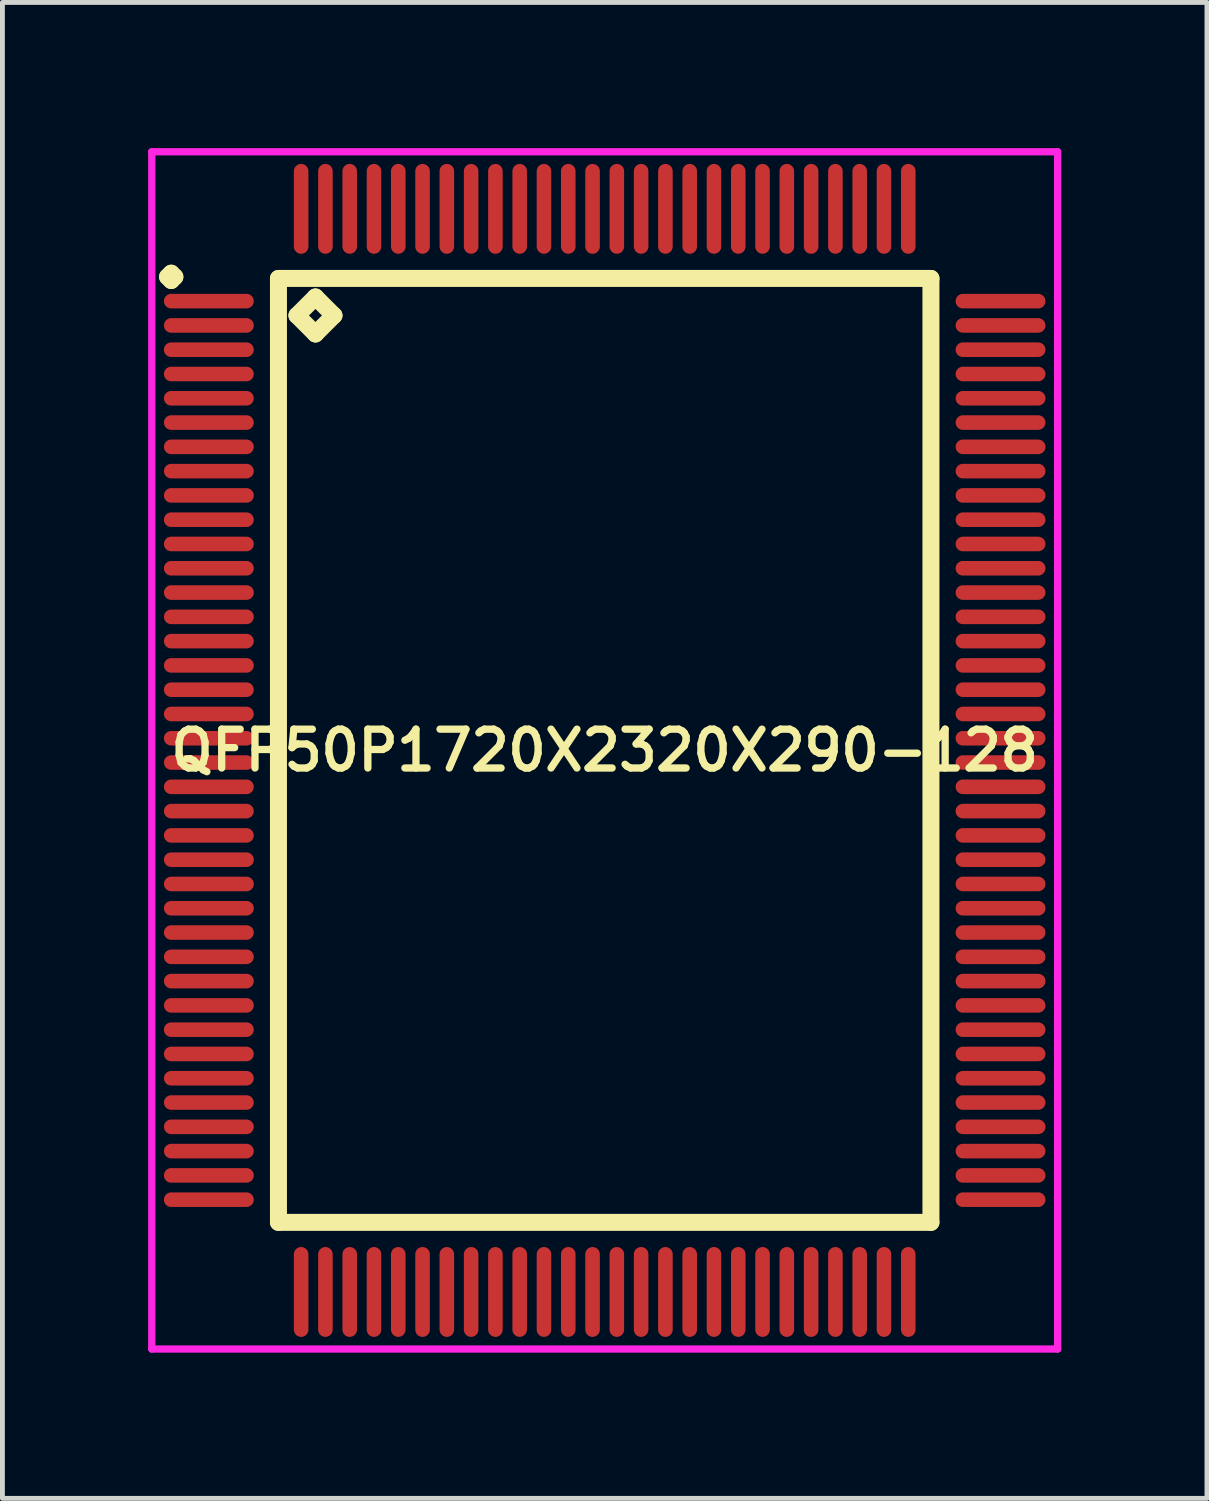
<source format=kicad_pcb>
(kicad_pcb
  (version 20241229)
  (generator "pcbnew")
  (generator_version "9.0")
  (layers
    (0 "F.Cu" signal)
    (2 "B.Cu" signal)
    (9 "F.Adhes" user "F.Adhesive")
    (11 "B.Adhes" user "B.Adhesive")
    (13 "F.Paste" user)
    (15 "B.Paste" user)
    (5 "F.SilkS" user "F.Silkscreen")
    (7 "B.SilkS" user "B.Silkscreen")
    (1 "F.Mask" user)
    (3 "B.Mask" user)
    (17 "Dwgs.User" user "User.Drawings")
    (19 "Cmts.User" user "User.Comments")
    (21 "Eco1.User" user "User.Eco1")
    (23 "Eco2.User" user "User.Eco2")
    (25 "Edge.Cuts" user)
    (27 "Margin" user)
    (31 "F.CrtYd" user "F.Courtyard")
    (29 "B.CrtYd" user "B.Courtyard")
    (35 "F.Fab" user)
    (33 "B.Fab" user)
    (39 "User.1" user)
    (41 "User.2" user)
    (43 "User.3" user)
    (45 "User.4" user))
  (footprint "QFP50P1720X2320X290-128"
    (layer "F.Cu")
    (at 9.4 12.4)
    (property "Reference" "QFP50P1720X2320X290-128" (at 0 0 0) (layer "F.SilkS") (effects (font (size 0.8 0.8) (thickness 0.15))))
    (attr smd)
    (fp_line (start -9 -9.75) (end -8.925 -9.825) (stroke (width 0.35) (type solid)) (layer "F.SilkS"))
    (fp_line (start -8.925 -9.825) (end -8.85 -9.75) (stroke (width 0.35) (type solid)) (layer "F.SilkS"))
    (fp_line (start -8.925 -9.675) (end -9 -9.75) (stroke (width 0.35) (type solid)) (layer "F.SilkS"))
    (fp_line (start -8.85 -9.75) (end -8.925 -9.675) (stroke (width 0.35) (type solid)) (layer "F.SilkS"))
    (fp_line (start -6.717 -9.717) (end -6.717 9.717) (stroke (width 0.35) (type solid)) (layer "F.SilkS"))
    (fp_line (start -6.717 9.717) (end 6.717 9.717) (stroke (width 0.35) (type solid)) (layer "F.SilkS"))
    (fp_line (start -6.336 -8.955) (end -5.955 -9.336) (stroke (width 0.35) (type solid)) (layer "F.SilkS"))
    (fp_line (start -5.955 -9.336) (end -5.574 -8.955) (stroke (width 0.35) (type solid)) (layer "F.SilkS"))
    (fp_line (start -5.955 -8.574) (end -6.336 -8.955) (stroke (width 0.35) (type solid)) (layer "F.SilkS"))
    (fp_line (start -5.574 -8.955) (end -5.955 -8.574) (stroke (width 0.35) (type solid)) (layer "F.SilkS"))
    (fp_line (start 6.717 -9.717) (end -6.717 -9.717) (stroke (width 0.35) (type solid)) (layer "F.SilkS"))
    (fp_line (start 6.717 9.717) (end 6.717 -9.717) (stroke (width 0.35) (type solid)) (layer "F.SilkS"))
    (fp_line (start -9.325 -12.325) (end 9.325 -12.325) (stroke (width 0.15) (type solid)) (layer "F.CrtYd"))
    (fp_line (start -9.325 12.325) (end -9.325 -12.325) (stroke (width 0.15) (type solid)) (layer "F.CrtYd"))
    (fp_line (start 9.325 -12.325) (end 9.325 12.325) (stroke (width 0.15) (type solid)) (layer "F.CrtYd"))
    (fp_line (start 9.325 12.325) (end -9.325 12.325) (stroke (width 0.15) (type solid)) (layer "F.CrtYd"))
    (pad "1" smd oval (at -8.15 -9.25) (size 1.85 0.3) (layers "F.Cu" "F.Mask" "F.Paste"))
    (pad "2" smd oval (at -8.15 -8.75) (size 1.85 0.3) (layers "F.Cu" "F.Mask" "F.Paste"))
    (pad "3" smd oval (at -8.15 -8.25) (size 1.85 0.3) (layers "F.Cu" "F.Mask" "F.Paste"))
    (pad "4" smd oval (at -8.15 -7.75) (size 1.85 0.3) (layers "F.Cu" "F.Mask" "F.Paste"))
    (pad "5" smd oval (at -8.15 -7.25) (size 1.85 0.3) (layers "F.Cu" "F.Mask" "F.Paste"))
    (pad "6" smd oval (at -8.15 -6.75) (size 1.85 0.3) (layers "F.Cu" "F.Mask" "F.Paste"))
    (pad "7" smd oval (at -8.15 -6.25) (size 1.85 0.3) (layers "F.Cu" "F.Mask" "F.Paste"))
    (pad "8" smd oval (at -8.15 -5.75) (size 1.85 0.3) (layers "F.Cu" "F.Mask" "F.Paste"))
    (pad "9" smd oval (at -8.15 -5.25) (size 1.85 0.3) (layers "F.Cu" "F.Mask" "F.Paste"))
    (pad "10" smd oval (at -8.15 -4.75) (size 1.85 0.3) (layers "F.Cu" "F.Mask" "F.Paste"))
    (pad "11" smd oval (at -8.15 -4.25) (size 1.85 0.3) (layers "F.Cu" "F.Mask" "F.Paste"))
    (pad "12" smd oval (at -8.15 -3.75) (size 1.85 0.3) (layers "F.Cu" "F.Mask" "F.Paste"))
    (pad "13" smd oval (at -8.15 -3.25) (size 1.85 0.3) (layers "F.Cu" "F.Mask" "F.Paste"))
    (pad "14" smd oval (at -8.15 -2.75) (size 1.85 0.3) (layers "F.Cu" "F.Mask" "F.Paste"))
    (pad "15" smd oval (at -8.15 -2.25) (size 1.85 0.3) (layers "F.Cu" "F.Mask" "F.Paste"))
    (pad "16" smd oval (at -8.15 -1.75) (size 1.85 0.3) (layers "F.Cu" "F.Mask" "F.Paste"))
    (pad "17" smd oval (at -8.15 -1.25) (size 1.85 0.3) (layers "F.Cu" "F.Mask" "F.Paste"))
    (pad "18" smd oval (at -8.15 -0.75) (size 1.85 0.3) (layers "F.Cu" "F.Mask" "F.Paste"))
    (pad "19" smd oval (at -8.15 -0.25) (size 1.85 0.3) (layers "F.Cu" "F.Mask" "F.Paste"))
    (pad "20" smd oval (at -8.15 0.25) (size 1.85 0.3) (layers "F.Cu" "F.Mask" "F.Paste"))
    (pad "21" smd oval (at -8.15 0.75) (size 1.85 0.3) (layers "F.Cu" "F.Mask" "F.Paste"))
    (pad "22" smd oval (at -8.15 1.25) (size 1.85 0.3) (layers "F.Cu" "F.Mask" "F.Paste"))
    (pad "23" smd oval (at -8.15 1.75) (size 1.85 0.3) (layers "F.Cu" "F.Mask" "F.Paste"))
    (pad "24" smd oval (at -8.15 2.25) (size 1.85 0.3) (layers "F.Cu" "F.Mask" "F.Paste"))
    (pad "25" smd oval (at -8.15 2.75) (size 1.85 0.3) (layers "F.Cu" "F.Mask" "F.Paste"))
    (pad "26" smd oval (at -8.15 3.25) (size 1.85 0.3) (layers "F.Cu" "F.Mask" "F.Paste"))
    (pad "27" smd oval (at -8.15 3.75) (size 1.85 0.3) (layers "F.Cu" "F.Mask" "F.Paste"))
    (pad "28" smd oval (at -8.15 4.25) (size 1.85 0.3) (layers "F.Cu" "F.Mask" "F.Paste"))
    (pad "29" smd oval (at -8.15 4.75) (size 1.85 0.3) (layers "F.Cu" "F.Mask" "F.Paste"))
    (pad "30" smd oval (at -8.15 5.25) (size 1.85 0.3) (layers "F.Cu" "F.Mask" "F.Paste"))
    (pad "31" smd oval (at -8.15 5.75) (size 1.85 0.3) (layers "F.Cu" "F.Mask" "F.Paste"))
    (pad "32" smd oval (at -8.15 6.25) (size 1.85 0.3) (layers "F.Cu" "F.Mask" "F.Paste"))
    (pad "33" smd oval (at -8.15 6.75) (size 1.85 0.3) (layers "F.Cu" "F.Mask" "F.Paste"))
    (pad "34" smd oval (at -8.15 7.25) (size 1.85 0.3) (layers "F.Cu" "F.Mask" "F.Paste"))
    (pad "35" smd oval (at -8.15 7.75) (size 1.85 0.3) (layers "F.Cu" "F.Mask" "F.Paste"))
    (pad "36" smd oval (at -8.15 8.25) (size 1.85 0.3) (layers "F.Cu" "F.Mask" "F.Paste"))
    (pad "37" smd oval (at -8.15 8.75) (size 1.85 0.3) (layers "F.Cu" "F.Mask" "F.Paste"))
    (pad "38" smd oval (at -8.15 9.25) (size 1.85 0.3) (layers "F.Cu" "F.Mask" "F.Paste"))
    (pad "39" smd oval (at -6.25 11.15) (size 0.3 1.85) (layers "F.Cu" "F.Mask" "F.Paste"))
    (pad "40" smd oval (at -5.75 11.15) (size 0.3 1.85) (layers "F.Cu" "F.Mask" "F.Paste"))
    (pad "41" smd oval (at -5.25 11.15) (size 0.3 1.85) (layers "F.Cu" "F.Mask" "F.Paste"))
    (pad "42" smd oval (at -4.75 11.15) (size 0.3 1.85) (layers "F.Cu" "F.Mask" "F.Paste"))
    (pad "43" smd oval (at -4.25 11.15) (size 0.3 1.85) (layers "F.Cu" "F.Mask" "F.Paste"))
    (pad "44" smd oval (at -3.75 11.15) (size 0.3 1.85) (layers "F.Cu" "F.Mask" "F.Paste"))
    (pad "45" smd oval (at -3.25 11.15) (size 0.3 1.85) (layers "F.Cu" "F.Mask" "F.Paste"))
    (pad "46" smd oval (at -2.75 11.15) (size 0.3 1.85) (layers "F.Cu" "F.Mask" "F.Paste"))
    (pad "47" smd oval (at -2.25 11.15) (size 0.3 1.85) (layers "F.Cu" "F.Mask" "F.Paste"))
    (pad "48" smd oval (at -1.75 11.15) (size 0.3 1.85) (layers "F.Cu" "F.Mask" "F.Paste"))
    (pad "49" smd oval (at -1.25 11.15) (size 0.3 1.85) (layers "F.Cu" "F.Mask" "F.Paste"))
    (pad "50" smd oval (at -0.75 11.15) (size 0.3 1.85) (layers "F.Cu" "F.Mask" "F.Paste"))
    (pad "51" smd oval (at -0.25 11.15) (size 0.3 1.85) (layers "F.Cu" "F.Mask" "F.Paste"))
    (pad "52" smd oval (at 0.25 11.15) (size 0.3 1.85) (layers "F.Cu" "F.Mask" "F.Paste"))
    (pad "53" smd oval (at 0.75 11.15) (size 0.3 1.85) (layers "F.Cu" "F.Mask" "F.Paste"))
    (pad "54" smd oval (at 1.25 11.15) (size 0.3 1.85) (layers "F.Cu" "F.Mask" "F.Paste"))
    (pad "55" smd oval (at 1.75 11.15) (size 0.3 1.85) (layers "F.Cu" "F.Mask" "F.Paste"))
    (pad "56" smd oval (at 2.25 11.15) (size 0.3 1.85) (layers "F.Cu" "F.Mask" "F.Paste"))
    (pad "57" smd oval (at 2.75 11.15) (size 0.3 1.85) (layers "F.Cu" "F.Mask" "F.Paste"))
    (pad "58" smd oval (at 3.25 11.15) (size 0.3 1.85) (layers "F.Cu" "F.Mask" "F.Paste"))
    (pad "59" smd oval (at 3.75 11.15) (size 0.3 1.85) (layers "F.Cu" "F.Mask" "F.Paste"))
    (pad "60" smd oval (at 4.25 11.15) (size 0.3 1.85) (layers "F.Cu" "F.Mask" "F.Paste"))
    (pad "61" smd oval (at 4.75 11.15) (size 0.3 1.85) (layers "F.Cu" "F.Mask" "F.Paste"))
    (pad "62" smd oval (at 5.25 11.15) (size 0.3 1.85) (layers "F.Cu" "F.Mask" "F.Paste"))
    (pad "63" smd oval (at 5.75 11.15) (size 0.3 1.85) (layers "F.Cu" "F.Mask" "F.Paste"))
    (pad "64" smd oval (at 6.25 11.15) (size 0.3 1.85) (layers "F.Cu" "F.Mask" "F.Paste"))
    (pad "65" smd oval (at 8.15 9.25) (size 1.85 0.3) (layers "F.Cu" "F.Mask" "F.Paste"))
    (pad "66" smd oval (at 8.15 8.75) (size 1.85 0.3) (layers "F.Cu" "F.Mask" "F.Paste"))
    (pad "67" smd oval (at 8.15 8.25) (size 1.85 0.3) (layers "F.Cu" "F.Mask" "F.Paste"))
    (pad "68" smd oval (at 8.15 7.75) (size 1.85 0.3) (layers "F.Cu" "F.Mask" "F.Paste"))
    (pad "69" smd oval (at 8.15 7.25) (size 1.85 0.3) (layers "F.Cu" "F.Mask" "F.Paste"))
    (pad "70" smd oval (at 8.15 6.75) (size 1.85 0.3) (layers "F.Cu" "F.Mask" "F.Paste"))
    (pad "71" smd oval (at 8.15 6.25) (size 1.85 0.3) (layers "F.Cu" "F.Mask" "F.Paste"))
    (pad "72" smd oval (at 8.15 5.75) (size 1.85 0.3) (layers "F.Cu" "F.Mask" "F.Paste"))
    (pad "73" smd oval (at 8.15 5.25) (size 1.85 0.3) (layers "F.Cu" "F.Mask" "F.Paste"))
    (pad "74" smd oval (at 8.15 4.75) (size 1.85 0.3) (layers "F.Cu" "F.Mask" "F.Paste"))
    (pad "75" smd oval (at 8.15 4.25) (size 1.85 0.3) (layers "F.Cu" "F.Mask" "F.Paste"))
    (pad "76" smd oval (at 8.15 3.75) (size 1.85 0.3) (layers "F.Cu" "F.Mask" "F.Paste"))
    (pad "77" smd oval (at 8.15 3.25) (size 1.85 0.3) (layers "F.Cu" "F.Mask" "F.Paste"))
    (pad "78" smd oval (at 8.15 2.75) (size 1.85 0.3) (layers "F.Cu" "F.Mask" "F.Paste"))
    (pad "79" smd oval (at 8.15 2.25) (size 1.85 0.3) (layers "F.Cu" "F.Mask" "F.Paste"))
    (pad "80" smd oval (at 8.15 1.75) (size 1.85 0.3) (layers "F.Cu" "F.Mask" "F.Paste"))
    (pad "81" smd oval (at 8.15 1.25) (size 1.85 0.3) (layers "F.Cu" "F.Mask" "F.Paste"))
    (pad "82" smd oval (at 8.15 0.75) (size 1.85 0.3) (layers "F.Cu" "F.Mask" "F.Paste"))
    (pad "83" smd oval (at 8.15 0.25) (size 1.85 0.3) (layers "F.Cu" "F.Mask" "F.Paste"))
    (pad "84" smd oval (at 8.15 -0.25) (size 1.85 0.3) (layers "F.Cu" "F.Mask" "F.Paste"))
    (pad "85" smd oval (at 8.15 -0.75) (size 1.85 0.3) (layers "F.Cu" "F.Mask" "F.Paste"))
    (pad "86" smd oval (at 8.15 -1.25) (size 1.85 0.3) (layers "F.Cu" "F.Mask" "F.Paste"))
    (pad "87" smd oval (at 8.15 -1.75) (size 1.85 0.3) (layers "F.Cu" "F.Mask" "F.Paste"))
    (pad "88" smd oval (at 8.15 -2.25) (size 1.85 0.3) (layers "F.Cu" "F.Mask" "F.Paste"))
    (pad "89" smd oval (at 8.15 -2.75) (size 1.85 0.3) (layers "F.Cu" "F.Mask" "F.Paste"))
    (pad "90" smd oval (at 8.15 -3.25) (size 1.85 0.3) (layers "F.Cu" "F.Mask" "F.Paste"))
    (pad "91" smd oval (at 8.15 -3.75) (size 1.85 0.3) (layers "F.Cu" "F.Mask" "F.Paste"))
    (pad "92" smd oval (at 8.15 -4.25) (size 1.85 0.3) (layers "F.Cu" "F.Mask" "F.Paste"))
    (pad "93" smd oval (at 8.15 -4.75) (size 1.85 0.3) (layers "F.Cu" "F.Mask" "F.Paste"))
    (pad "94" smd oval (at 8.15 -5.25) (size 1.85 0.3) (layers "F.Cu" "F.Mask" "F.Paste"))
    (pad "95" smd oval (at 8.15 -5.75) (size 1.85 0.3) (layers "F.Cu" "F.Mask" "F.Paste"))
    (pad "96" smd oval (at 8.15 -6.25) (size 1.85 0.3) (layers "F.Cu" "F.Mask" "F.Paste"))
    (pad "97" smd oval (at 8.15 -6.75) (size 1.85 0.3) (layers "F.Cu" "F.Mask" "F.Paste"))
    (pad "98" smd oval (at 8.15 -7.25) (size 1.85 0.3) (layers "F.Cu" "F.Mask" "F.Paste"))
    (pad "99" smd oval (at 8.15 -7.75) (size 1.85 0.3) (layers "F.Cu" "F.Mask" "F.Paste"))
    (pad "100" smd oval (at 8.15 -8.25) (size 1.85 0.3) (layers "F.Cu" "F.Mask" "F.Paste"))
    (pad "101" smd oval (at 8.15 -8.75) (size 1.85 0.3) (layers "F.Cu" "F.Mask" "F.Paste"))
    (pad "102" smd oval (at 8.15 -9.25) (size 1.85 0.3) (layers "F.Cu" "F.Mask" "F.Paste"))
    (pad "103" smd oval (at 6.25 -11.15) (size 0.3 1.85) (layers "F.Cu" "F.Mask" "F.Paste"))
    (pad "104" smd oval (at 5.75 -11.15) (size 0.3 1.85) (layers "F.Cu" "F.Mask" "F.Paste"))
    (pad "105" smd oval (at 5.25 -11.15) (size 0.3 1.85) (layers "F.Cu" "F.Mask" "F.Paste"))
    (pad "106" smd oval (at 4.75 -11.15) (size 0.3 1.85) (layers "F.Cu" "F.Mask" "F.Paste"))
    (pad "107" smd oval (at 4.25 -11.15) (size 0.3 1.85) (layers "F.Cu" "F.Mask" "F.Paste"))
    (pad "108" smd oval (at 3.75 -11.15) (size 0.3 1.85) (layers "F.Cu" "F.Mask" "F.Paste"))
    (pad "109" smd oval (at 3.25 -11.15) (size 0.3 1.85) (layers "F.Cu" "F.Mask" "F.Paste"))
    (pad "110" smd oval (at 2.75 -11.15) (size 0.3 1.85) (layers "F.Cu" "F.Mask" "F.Paste"))
    (pad "111" smd oval (at 2.25 -11.15) (size 0.3 1.85) (layers "F.Cu" "F.Mask" "F.Paste"))
    (pad "112" smd oval (at 1.75 -11.15) (size 0.3 1.85) (layers "F.Cu" "F.Mask" "F.Paste"))
    (pad "113" smd oval (at 1.25 -11.15) (size 0.3 1.85) (layers "F.Cu" "F.Mask" "F.Paste"))
    (pad "114" smd oval (at 0.75 -11.15) (size 0.3 1.85) (layers "F.Cu" "F.Mask" "F.Paste"))
    (pad "115" smd oval (at 0.25 -11.15) (size 0.3 1.85) (layers "F.Cu" "F.Mask" "F.Paste"))
    (pad "116" smd oval (at -0.25 -11.15) (size 0.3 1.85) (layers "F.Cu" "F.Mask" "F.Paste"))
    (pad "117" smd oval (at -0.75 -11.15) (size 0.3 1.85) (layers "F.Cu" "F.Mask" "F.Paste"))
    (pad "118" smd oval (at -1.25 -11.15) (size 0.3 1.85) (layers "F.Cu" "F.Mask" "F.Paste"))
    (pad "119" smd oval (at -1.75 -11.15) (size 0.3 1.85) (layers "F.Cu" "F.Mask" "F.Paste"))
    (pad "120" smd oval (at -2.25 -11.15) (size 0.3 1.85) (layers "F.Cu" "F.Mask" "F.Paste"))
    (pad "121" smd oval (at -2.75 -11.15) (size 0.3 1.85) (layers "F.Cu" "F.Mask" "F.Paste"))
    (pad "122" smd oval (at -3.25 -11.15) (size 0.3 1.85) (layers "F.Cu" "F.Mask" "F.Paste"))
    (pad "123" smd oval (at -3.75 -11.15) (size 0.3 1.85) (layers "F.Cu" "F.Mask" "F.Paste"))
    (pad "124" smd oval (at -4.25 -11.15) (size 0.3 1.85) (layers "F.Cu" "F.Mask" "F.Paste"))
    (pad "125" smd oval (at -4.75 -11.15) (size 0.3 1.85) (layers "F.Cu" "F.Mask" "F.Paste"))
    (pad "126" smd oval (at -5.25 -11.15) (size 0.3 1.85) (layers "F.Cu" "F.Mask" "F.Paste"))
    (pad "127" smd oval (at -5.75 -11.15) (size 0.3 1.85) (layers "F.Cu" "F.Mask" "F.Paste"))
    (pad "128" smd oval (at -6.25 -11.15) (size 0.3 1.85) (layers "F.Cu" "F.Mask" "F.Paste")))
  (gr_rect
    (start -3 -3)
    (end 21.8 27.8)
    (stroke (width 0.1) (type default))
    (fill no)
    (layer "Edge.Cuts")))
</source>
